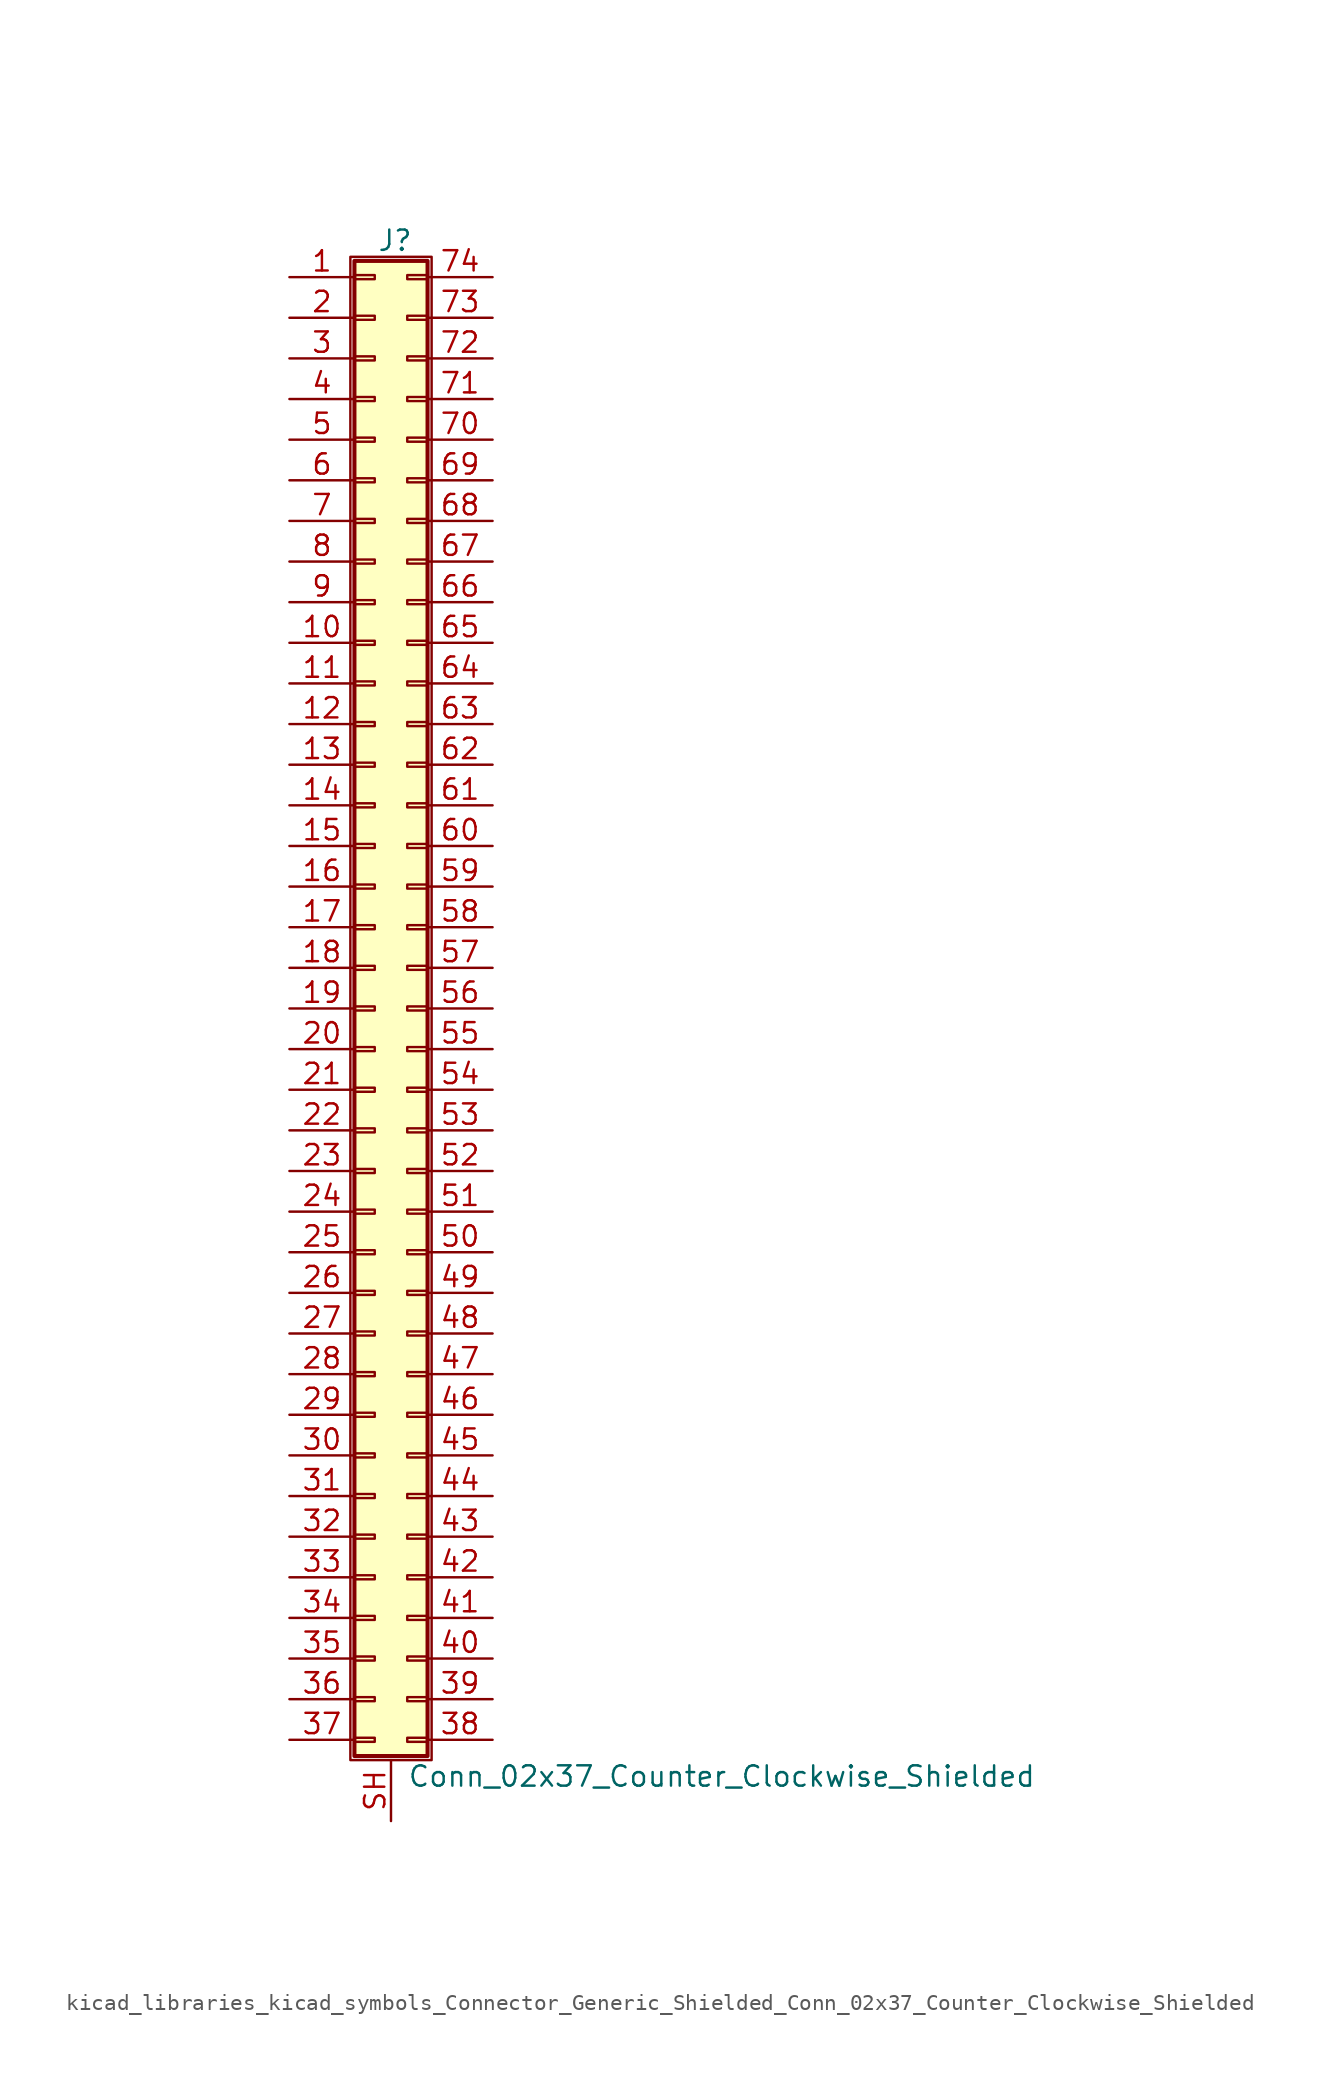
<source format=kicad_sym>
(kicad_symbol_lib
  (version 20220914)
  (generator kicad_symbol_editor)
  (symbol "kicad_libraries_kicad_symbols_Connector_Generic_Shielded_Conn_02x37_Counter_Clockwise_Shielded"
    (pin_names
      (offset 1.016) hide)
    (property "Reference" "J"
      (at 1.524 48.006 0)
      (effects (font (size 1.27 1.27))))
    (property "Value" "Conn_02x37_Counter_Clockwise_Shielded"
      (at 2.286 -48.006 0)
      (effects (font (size 1.27 1.27)) (justify left)))
    (symbol "kicad_libraries_kicad_symbols_Connector_Generic_Shielded_Conn_02x37_Counter_Clockwise_Shielded_1_1"
      (rectangle (start -1.27 46.99) (end 3.81 -46.99) (stroke (width 0.152) (type default)) (fill (type none)))
      (rectangle (start -1.016 -45.593) (end 0.254 -45.847) (stroke (width 0.152) (type default)) (fill (type none)))
      (rectangle (start -1.016 -43.053) (end 0.254 -43.307) (stroke (width 0.152) (type default)) (fill (type none)))
      (rectangle (start -1.016 -40.513) (end 0.254 -40.767) (stroke (width 0.152) (type default)) (fill (type none)))
      (rectangle (start -1.016 -37.973) (end 0.254 -38.227) (stroke (width 0.152) (type default)) (fill (type none)))
      (rectangle (start -1.016 -35.433) (end 0.254 -35.687) (stroke (width 0.152) (type default)) (fill (type none)))
      (rectangle (start -1.016 -32.893) (end 0.254 -33.147) (stroke (width 0.152) (type default)) (fill (type none)))
      (rectangle (start -1.016 -30.353) (end 0.254 -30.607) (stroke (width 0.152) (type default)) (fill (type none)))
      (rectangle (start -1.016 -27.813) (end 0.254 -28.067) (stroke (width 0.152) (type default)) (fill (type none)))
      (rectangle (start -1.016 -25.273) (end 0.254 -25.527) (stroke (width 0.152) (type default)) (fill (type none)))
      (rectangle (start -1.016 -22.733) (end 0.254 -22.987) (stroke (width 0.152) (type default)) (fill (type none)))
      (rectangle (start -1.016 -20.193) (end 0.254 -20.447) (stroke (width 0.152) (type default)) (fill (type none)))
      (rectangle (start -1.016 -17.653) (end 0.254 -17.907) (stroke (width 0.152) (type default)) (fill (type none)))
      (rectangle (start -1.016 -15.113) (end 0.254 -15.367) (stroke (width 0.152) (type default)) (fill (type none)))
      (rectangle (start -1.016 -12.573) (end 0.254 -12.827) (stroke (width 0.152) (type default)) (fill (type none)))
      (rectangle (start -1.016 -10.033) (end 0.254 -10.287) (stroke (width 0.152) (type default)) (fill (type none)))
      (rectangle (start -1.016 -7.493) (end 0.254 -7.747) (stroke (width 0.152) (type default)) (fill (type none)))
      (rectangle (start -1.016 -4.953) (end 0.254 -5.207) (stroke (width 0.152) (type default)) (fill (type none)))
      (rectangle (start -1.016 -2.413) (end 0.254 -2.667) (stroke (width 0.152) (type default)) (fill (type none)))
      (rectangle (start -1.016 0.127) (end 0.254 -0.127) (stroke (width 0.152) (type default)) (fill (type none)))
      (rectangle (start -1.016 2.667) (end 0.254 2.413) (stroke (width 0.152) (type default)) (fill (type none)))
      (rectangle (start -1.016 5.207) (end 0.254 4.953) (stroke (width 0.152) (type default)) (fill (type none)))
      (rectangle (start -1.016 7.747) (end 0.254 7.493) (stroke (width 0.152) (type default)) (fill (type none)))
      (rectangle (start -1.016 10.287) (end 0.254 10.033) (stroke (width 0.152) (type default)) (fill (type none)))
      (rectangle (start -1.016 12.827) (end 0.254 12.573) (stroke (width 0.152) (type default)) (fill (type none)))
      (rectangle (start -1.016 15.367) (end 0.254 15.113) (stroke (width 0.152) (type default)) (fill (type none)))
      (rectangle (start -1.016 17.907) (end 0.254 17.653) (stroke (width 0.152) (type default)) (fill (type none)))
      (rectangle (start -1.016 20.447) (end 0.254 20.193) (stroke (width 0.152) (type default)) (fill (type none)))
      (rectangle (start -1.016 22.987) (end 0.254 22.733) (stroke (width 0.152) (type default)) (fill (type none)))
      (rectangle (start -1.016 25.527) (end 0.254 25.273) (stroke (width 0.152) (type default)) (fill (type none)))
      (rectangle (start -1.016 28.067) (end 0.254 27.813) (stroke (width 0.152) (type default)) (fill (type none)))
      (rectangle (start -1.016 30.607) (end 0.254 30.353) (stroke (width 0.152) (type default)) (fill (type none)))
      (rectangle (start -1.016 33.147) (end 0.254 32.893) (stroke (width 0.152) (type default)) (fill (type none)))
      (rectangle (start -1.016 35.687) (end 0.254 35.433) (stroke (width 0.152) (type default)) (fill (type none)))
      (rectangle (start -1.016 38.227) (end 0.254 37.973) (stroke (width 0.152) (type default)) (fill (type none)))
      (rectangle (start -1.016 40.767) (end 0.254 40.513) (stroke (width 0.152) (type default)) (fill (type none)))
      (rectangle (start -1.016 43.307) (end 0.254 43.053) (stroke (width 0.152) (type default)) (fill (type none)))
      (rectangle (start -1.016 45.847) (end 0.254 45.593) (stroke (width 0.152) (type default)) (fill (type none)))
      (rectangle (start -1.016 46.736) (end 3.556 -46.736) (stroke (width 0.254) (type default)) (fill (type background)))
      (rectangle (start 3.556 -45.593) (end 2.286 -45.847) (stroke (width 0.152) (type default)) (fill (type none)))
      (rectangle (start 3.556 -43.053) (end 2.286 -43.307) (stroke (width 0.152) (type default)) (fill (type none)))
      (rectangle (start 3.556 -40.513) (end 2.286 -40.767) (stroke (width 0.152) (type default)) (fill (type none)))
      (rectangle (start 3.556 -37.973) (end 2.286 -38.227) (stroke (width 0.152) (type default)) (fill (type none)))
      (rectangle (start 3.556 -35.433) (end 2.286 -35.687) (stroke (width 0.152) (type default)) (fill (type none)))
      (rectangle (start 3.556 -32.893) (end 2.286 -33.147) (stroke (width 0.152) (type default)) (fill (type none)))
      (rectangle (start 3.556 -30.353) (end 2.286 -30.607) (stroke (width 0.152) (type default)) (fill (type none)))
      (rectangle (start 3.556 -27.813) (end 2.286 -28.067) (stroke (width 0.152) (type default)) (fill (type none)))
      (rectangle (start 3.556 -25.273) (end 2.286 -25.527) (stroke (width 0.152) (type default)) (fill (type none)))
      (rectangle (start 3.556 -22.733) (end 2.286 -22.987) (stroke (width 0.152) (type default)) (fill (type none)))
      (rectangle (start 3.556 -20.193) (end 2.286 -20.447) (stroke (width 0.152) (type default)) (fill (type none)))
      (rectangle (start 3.556 -17.653) (end 2.286 -17.907) (stroke (width 0.152) (type default)) (fill (type none)))
      (rectangle (start 3.556 -15.113) (end 2.286 -15.367) (stroke (width 0.152) (type default)) (fill (type none)))
      (rectangle (start 3.556 -12.573) (end 2.286 -12.827) (stroke (width 0.152) (type default)) (fill (type none)))
      (rectangle (start 3.556 -10.033) (end 2.286 -10.287) (stroke (width 0.152) (type default)) (fill (type none)))
      (rectangle (start 3.556 -7.493) (end 2.286 -7.747) (stroke (width 0.152) (type default)) (fill (type none)))
      (rectangle (start 3.556 -4.953) (end 2.286 -5.207) (stroke (width 0.152) (type default)) (fill (type none)))
      (rectangle (start 3.556 -2.413) (end 2.286 -2.667) (stroke (width 0.152) (type default)) (fill (type none)))
      (rectangle (start 3.556 0.127) (end 2.286 -0.127) (stroke (width 0.152) (type default)) (fill (type none)))
      (rectangle (start 3.556 2.667) (end 2.286 2.413) (stroke (width 0.152) (type default)) (fill (type none)))
      (rectangle (start 3.556 5.207) (end 2.286 4.953) (stroke (width 0.152) (type default)) (fill (type none)))
      (rectangle (start 3.556 7.747) (end 2.286 7.493) (stroke (width 0.152) (type default)) (fill (type none)))
      (rectangle (start 3.556 10.287) (end 2.286 10.033) (stroke (width 0.152) (type default)) (fill (type none)))
      (rectangle (start 3.556 12.827) (end 2.286 12.573) (stroke (width 0.152) (type default)) (fill (type none)))
      (rectangle (start 3.556 15.367) (end 2.286 15.113) (stroke (width 0.152) (type default)) (fill (type none)))
      (rectangle (start 3.556 17.907) (end 2.286 17.653) (stroke (width 0.152) (type default)) (fill (type none)))
      (rectangle (start 3.556 20.447) (end 2.286 20.193) (stroke (width 0.152) (type default)) (fill (type none)))
      (rectangle (start 3.556 22.987) (end 2.286 22.733) (stroke (width 0.152) (type default)) (fill (type none)))
      (rectangle (start 3.556 25.527) (end 2.286 25.273) (stroke (width 0.152) (type default)) (fill (type none)))
      (rectangle (start 3.556 28.067) (end 2.286 27.813) (stroke (width 0.152) (type default)) (fill (type none)))
      (rectangle (start 3.556 30.607) (end 2.286 30.353) (stroke (width 0.152) (type default)) (fill (type none)))
      (rectangle (start 3.556 33.147) (end 2.286 32.893) (stroke (width 0.152) (type default)) (fill (type none)))
      (rectangle (start 3.556 35.687) (end 2.286 35.433) (stroke (width 0.152) (type default)) (fill (type none)))
      (rectangle (start 3.556 38.227) (end 2.286 37.973) (stroke (width 0.152) (type default)) (fill (type none)))
      (rectangle (start 3.556 40.767) (end 2.286 40.513) (stroke (width 0.152) (type default)) (fill (type none)))
      (rectangle (start 3.556 43.307) (end 2.286 43.053) (stroke (width 0.152) (type default)) (fill (type none)))
      (rectangle (start 3.556 45.847) (end 2.286 45.593) (stroke (width 0.152) (type default)) (fill (type none)))
      (pin passive line (at -5.08 45.72 0) (length 4.064) (name "Pin_1" (effects (font (size 1.27 1.27)))) (number "1" (effects (font (size 1.27 1.27)))))
      (pin passive line (at -5.08 22.86 0) (length 4.064) (name "Pin_10" (effects (font (size 1.27 1.27)))) (number "10" (effects (font (size 1.27 1.27)))))
      (pin passive line (at -5.08 20.32 0) (length 4.064) (name "Pin_11" (effects (font (size 1.27 1.27)))) (number "11" (effects (font (size 1.27 1.27)))))
      (pin passive line (at -5.08 17.78 0) (length 4.064) (name "Pin_12" (effects (font (size 1.27 1.27)))) (number "12" (effects (font (size 1.27 1.27)))))
      (pin passive line (at -5.08 15.24 0) (length 4.064) (name "Pin_13" (effects (font (size 1.27 1.27)))) (number "13" (effects (font (size 1.27 1.27)))))
      (pin passive line (at -5.08 12.7 0) (length 4.064) (name "Pin_14" (effects (font (size 1.27 1.27)))) (number "14" (effects (font (size 1.27 1.27)))))
      (pin passive line (at -5.08 10.16 0) (length 4.064) (name "Pin_15" (effects (font (size 1.27 1.27)))) (number "15" (effects (font (size 1.27 1.27)))))
      (pin passive line (at -5.08 7.62 0) (length 4.064) (name "Pin_16" (effects (font (size 1.27 1.27)))) (number "16" (effects (font (size 1.27 1.27)))))
      (pin passive line (at -5.08 5.08 0) (length 4.064) (name "Pin_17" (effects (font (size 1.27 1.27)))) (number "17" (effects (font (size 1.27 1.27)))))
      (pin passive line (at -5.08 2.54 0) (length 4.064) (name "Pin_18" (effects (font (size 1.27 1.27)))) (number "18" (effects (font (size 1.27 1.27)))))
      (pin passive line (at -5.08 0 0) (length 4.064) (name "Pin_19" (effects (font (size 1.27 1.27)))) (number "19" (effects (font (size 1.27 1.27)))))
      (pin passive line (at -5.08 43.18 0) (length 4.064) (name "Pin_2" (effects (font (size 1.27 1.27)))) (number "2" (effects (font (size 1.27 1.27)))))
      (pin passive line (at -5.08 -2.54 0) (length 4.064) (name "Pin_20" (effects (font (size 1.27 1.27)))) (number "20" (effects (font (size 1.27 1.27)))))
      (pin passive line (at -5.08 -5.08 0) (length 4.064) (name "Pin_21" (effects (font (size 1.27 1.27)))) (number "21" (effects (font (size 1.27 1.27)))))
      (pin passive line (at -5.08 -7.62 0) (length 4.064) (name "Pin_22" (effects (font (size 1.27 1.27)))) (number "22" (effects (font (size 1.27 1.27)))))
      (pin passive line (at -5.08 -10.16 0) (length 4.064) (name "Pin_23" (effects (font (size 1.27 1.27)))) (number "23" (effects (font (size 1.27 1.27)))))
      (pin passive line (at -5.08 -12.7 0) (length 4.064) (name "Pin_24" (effects (font (size 1.27 1.27)))) (number "24" (effects (font (size 1.27 1.27)))))
      (pin passive line (at -5.08 -15.24 0) (length 4.064) (name "Pin_25" (effects (font (size 1.27 1.27)))) (number "25" (effects (font (size 1.27 1.27)))))
      (pin passive line (at -5.08 -17.78 0) (length 4.064) (name "Pin_26" (effects (font (size 1.27 1.27)))) (number "26" (effects (font (size 1.27 1.27)))))
      (pin passive line (at -5.08 -20.32 0) (length 4.064) (name "Pin_27" (effects (font (size 1.27 1.27)))) (number "27" (effects (font (size 1.27 1.27)))))
      (pin passive line (at -5.08 -22.86 0) (length 4.064) (name "Pin_28" (effects (font (size 1.27 1.27)))) (number "28" (effects (font (size 1.27 1.27)))))
      (pin passive line (at -5.08 -25.4 0) (length 4.064) (name "Pin_29" (effects (font (size 1.27 1.27)))) (number "29" (effects (font (size 1.27 1.27)))))
      (pin passive line (at -5.08 40.64 0) (length 4.064) (name "Pin_3" (effects (font (size 1.27 1.27)))) (number "3" (effects (font (size 1.27 1.27)))))
      (pin passive line (at -5.08 -27.94 0) (length 4.064) (name "Pin_30" (effects (font (size 1.27 1.27)))) (number "30" (effects (font (size 1.27 1.27)))))
      (pin passive line (at -5.08 -30.48 0) (length 4.064) (name "Pin_31" (effects (font (size 1.27 1.27)))) (number "31" (effects (font (size 1.27 1.27)))))
      (pin passive line (at -5.08 -33.02 0) (length 4.064) (name "Pin_32" (effects (font (size 1.27 1.27)))) (number "32" (effects (font (size 1.27 1.27)))))
      (pin passive line (at -5.08 -35.56 0) (length 4.064) (name "Pin_33" (effects (font (size 1.27 1.27)))) (number "33" (effects (font (size 1.27 1.27)))))
      (pin passive line (at -5.08 -38.1 0) (length 4.064) (name "Pin_34" (effects (font (size 1.27 1.27)))) (number "34" (effects (font (size 1.27 1.27)))))
      (pin passive line (at -5.08 -40.64 0) (length 4.064) (name "Pin_35" (effects (font (size 1.27 1.27)))) (number "35" (effects (font (size 1.27 1.27)))))
      (pin passive line (at -5.08 -43.18 0) (length 4.064) (name "Pin_36" (effects (font (size 1.27 1.27)))) (number "36" (effects (font (size 1.27 1.27)))))
      (pin passive line (at -5.08 -45.72 0) (length 4.064) (name "Pin_37" (effects (font (size 1.27 1.27)))) (number "37" (effects (font (size 1.27 1.27)))))
      (pin passive line (at 7.62 -45.72 180) (length 4.064) (name "Pin_38" (effects (font (size 1.27 1.27)))) (number "38" (effects (font (size 1.27 1.27)))))
      (pin passive line (at 7.62 -43.18 180) (length 4.064) (name "Pin_39" (effects (font (size 1.27 1.27)))) (number "39" (effects (font (size 1.27 1.27)))))
      (pin passive line (at -5.08 38.1 0) (length 4.064) (name "Pin_4" (effects (font (size 1.27 1.27)))) (number "4" (effects (font (size 1.27 1.27)))))
      (pin passive line (at 7.62 -40.64 180) (length 4.064) (name "Pin_40" (effects (font (size 1.27 1.27)))) (number "40" (effects (font (size 1.27 1.27)))))
      (pin passive line (at 7.62 -38.1 180) (length 4.064) (name "Pin_41" (effects (font (size 1.27 1.27)))) (number "41" (effects (font (size 1.27 1.27)))))
      (pin passive line (at 7.62 -35.56 180) (length 4.064) (name "Pin_42" (effects (font (size 1.27 1.27)))) (number "42" (effects (font (size 1.27 1.27)))))
      (pin passive line (at 7.62 -33.02 180) (length 4.064) (name "Pin_43" (effects (font (size 1.27 1.27)))) (number "43" (effects (font (size 1.27 1.27)))))
      (pin passive line (at 7.62 -30.48 180) (length 4.064) (name "Pin_44" (effects (font (size 1.27 1.27)))) (number "44" (effects (font (size 1.27 1.27)))))
      (pin passive line (at 7.62 -27.94 180) (length 4.064) (name "Pin_45" (effects (font (size 1.27 1.27)))) (number "45" (effects (font (size 1.27 1.27)))))
      (pin passive line (at 7.62 -25.4 180) (length 4.064) (name "Pin_46" (effects (font (size 1.27 1.27)))) (number "46" (effects (font (size 1.27 1.27)))))
      (pin passive line (at 7.62 -22.86 180) (length 4.064) (name "Pin_47" (effects (font (size 1.27 1.27)))) (number "47" (effects (font (size 1.27 1.27)))))
      (pin passive line (at 7.62 -20.32 180) (length 4.064) (name "Pin_48" (effects (font (size 1.27 1.27)))) (number "48" (effects (font (size 1.27 1.27)))))
      (pin passive line (at 7.62 -17.78 180) (length 4.064) (name "Pin_49" (effects (font (size 1.27 1.27)))) (number "49" (effects (font (size 1.27 1.27)))))
      (pin passive line (at -5.08 35.56 0) (length 4.064) (name "Pin_5" (effects (font (size 1.27 1.27)))) (number "5" (effects (font (size 1.27 1.27)))))
      (pin passive line (at 7.62 -15.24 180) (length 4.064) (name "Pin_50" (effects (font (size 1.27 1.27)))) (number "50" (effects (font (size 1.27 1.27)))))
      (pin passive line (at 7.62 -12.7 180) (length 4.064) (name "Pin_51" (effects (font (size 1.27 1.27)))) (number "51" (effects (font (size 1.27 1.27)))))
      (pin passive line (at 7.62 -10.16 180) (length 4.064) (name "Pin_52" (effects (font (size 1.27 1.27)))) (number "52" (effects (font (size 1.27 1.27)))))
      (pin passive line (at 7.62 -7.62 180) (length 4.064) (name "Pin_53" (effects (font (size 1.27 1.27)))) (number "53" (effects (font (size 1.27 1.27)))))
      (pin passive line (at 7.62 -5.08 180) (length 4.064) (name "Pin_54" (effects (font (size 1.27 1.27)))) (number "54" (effects (font (size 1.27 1.27)))))
      (pin passive line (at 7.62 -2.54 180) (length 4.064) (name "Pin_55" (effects (font (size 1.27 1.27)))) (number "55" (effects (font (size 1.27 1.27)))))
      (pin passive line (at 7.62 0 180) (length 4.064) (name "Pin_56" (effects (font (size 1.27 1.27)))) (number "56" (effects (font (size 1.27 1.27)))))
      (pin passive line (at 7.62 2.54 180) (length 4.064) (name "Pin_57" (effects (font (size 1.27 1.27)))) (number "57" (effects (font (size 1.27 1.27)))))
      (pin passive line (at 7.62 5.08 180) (length 4.064) (name "Pin_58" (effects (font (size 1.27 1.27)))) (number "58" (effects (font (size 1.27 1.27)))))
      (pin passive line (at 7.62 7.62 180) (length 4.064) (name "Pin_59" (effects (font (size 1.27 1.27)))) (number "59" (effects (font (size 1.27 1.27)))))
      (pin passive line (at -5.08 33.02 0) (length 4.064) (name "Pin_6" (effects (font (size 1.27 1.27)))) (number "6" (effects (font (size 1.27 1.27)))))
      (pin passive line (at 7.62 10.16 180) (length 4.064) (name "Pin_60" (effects (font (size 1.27 1.27)))) (number "60" (effects (font (size 1.27 1.27)))))
      (pin passive line (at 7.62 12.7 180) (length 4.064) (name "Pin_61" (effects (font (size 1.27 1.27)))) (number "61" (effects (font (size 1.27 1.27)))))
      (pin passive line (at 7.62 15.24 180) (length 4.064) (name "Pin_62" (effects (font (size 1.27 1.27)))) (number "62" (effects (font (size 1.27 1.27)))))
      (pin passive line (at 7.62 17.78 180) (length 4.064) (name "Pin_63" (effects (font (size 1.27 1.27)))) (number "63" (effects (font (size 1.27 1.27)))))
      (pin passive line (at 7.62 20.32 180) (length 4.064) (name "Pin_64" (effects (font (size 1.27 1.27)))) (number "64" (effects (font (size 1.27 1.27)))))
      (pin passive line (at 7.62 22.86 180) (length 4.064) (name "Pin_65" (effects (font (size 1.27 1.27)))) (number "65" (effects (font (size 1.27 1.27)))))
      (pin passive line (at 7.62 25.4 180) (length 4.064) (name "Pin_66" (effects (font (size 1.27 1.27)))) (number "66" (effects (font (size 1.27 1.27)))))
      (pin passive line (at 7.62 27.94 180) (length 4.064) (name "Pin_67" (effects (font (size 1.27 1.27)))) (number "67" (effects (font (size 1.27 1.27)))))
      (pin passive line (at 7.62 30.48 180) (length 4.064) (name "Pin_68" (effects (font (size 1.27 1.27)))) (number "68" (effects (font (size 1.27 1.27)))))
      (pin passive line (at 7.62 33.02 180) (length 4.064) (name "Pin_69" (effects (font (size 1.27 1.27)))) (number "69" (effects (font (size 1.27 1.27)))))
      (pin passive line (at -5.08 30.48 0) (length 4.064) (name "Pin_7" (effects (font (size 1.27 1.27)))) (number "7" (effects (font (size 1.27 1.27)))))
      (pin passive line (at 7.62 35.56 180) (length 4.064) (name "Pin_70" (effects (font (size 1.27 1.27)))) (number "70" (effects (font (size 1.27 1.27)))))
      (pin passive line (at 7.62 38.1 180) (length 4.064) (name "Pin_71" (effects (font (size 1.27 1.27)))) (number "71" (effects (font (size 1.27 1.27)))))
      (pin passive line (at 7.62 40.64 180) (length 4.064) (name "Pin_72" (effects (font (size 1.27 1.27)))) (number "72" (effects (font (size 1.27 1.27)))))
      (pin passive line (at 7.62 43.18 180) (length 4.064) (name "Pin_73" (effects (font (size 1.27 1.27)))) (number "73" (effects (font (size 1.27 1.27)))))
      (pin passive line (at 7.62 45.72 180) (length 4.064) (name "Pin_74" (effects (font (size 1.27 1.27)))) (number "74" (effects (font (size 1.27 1.27)))))
      (pin passive line (at -5.08 27.94 0) (length 4.064) (name "Pin_8" (effects (font (size 1.27 1.27)))) (number "8" (effects (font (size 1.27 1.27)))))
      (pin passive line (at -5.08 25.4 0) (length 4.064) (name "Pin_9" (effects (font (size 1.27 1.27)))) (number "9" (effects (font (size 1.27 1.27)))))
      (pin passive line (at 1.27 -50.8 90) (length 3.81) (name "Shield" (effects (font (size 1.27 1.27)))) (number "SH" (effects (font (size 1.27 1.27))))))))
</source>
